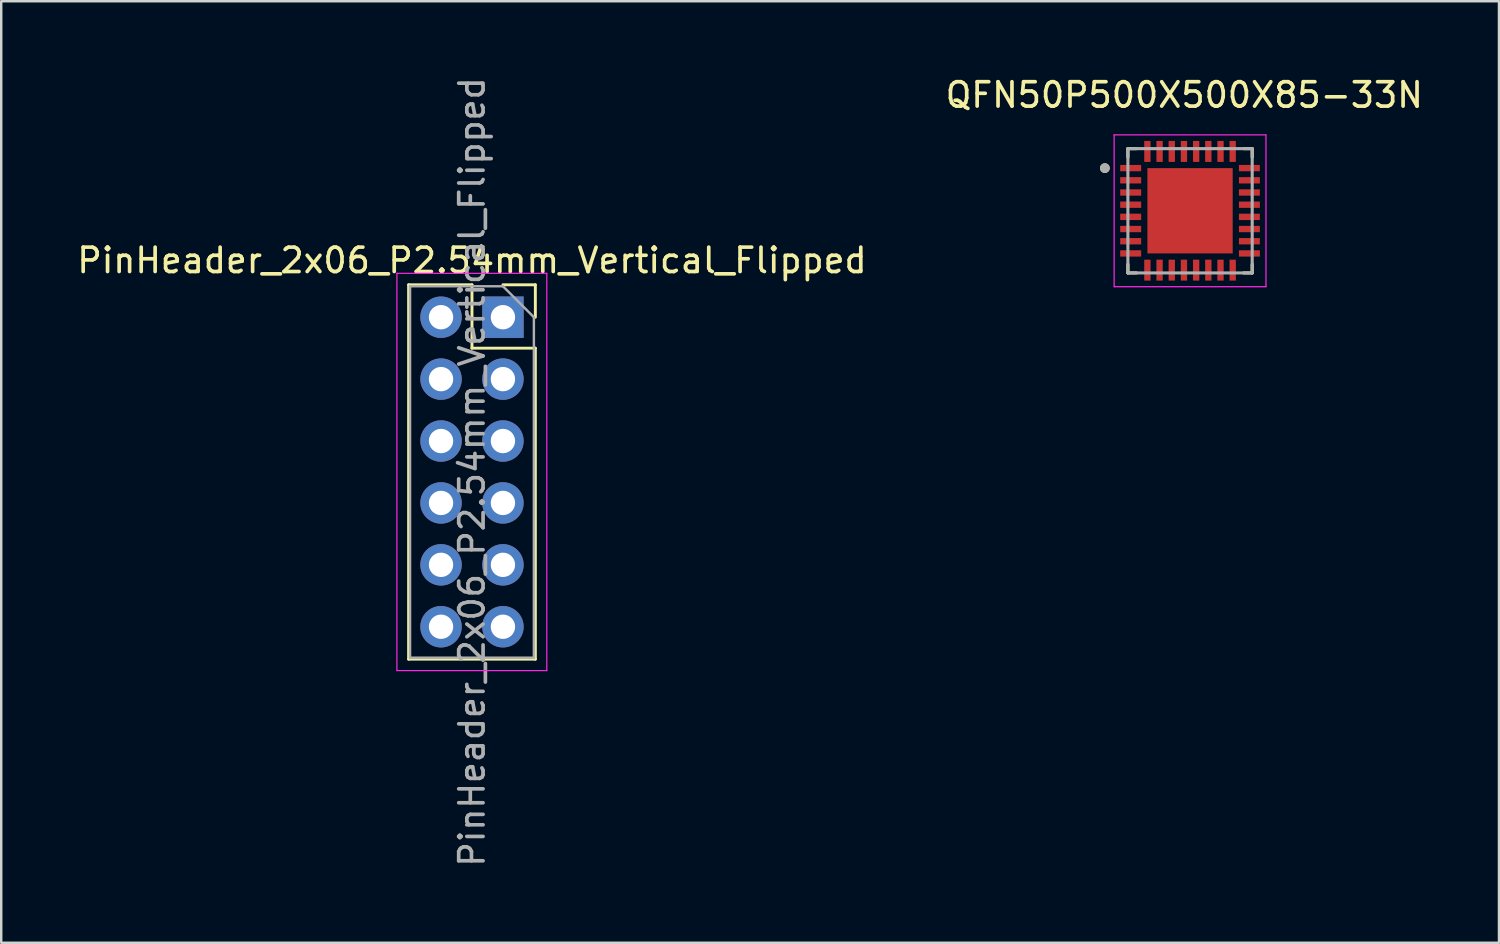
<source format=kicad_pcb>
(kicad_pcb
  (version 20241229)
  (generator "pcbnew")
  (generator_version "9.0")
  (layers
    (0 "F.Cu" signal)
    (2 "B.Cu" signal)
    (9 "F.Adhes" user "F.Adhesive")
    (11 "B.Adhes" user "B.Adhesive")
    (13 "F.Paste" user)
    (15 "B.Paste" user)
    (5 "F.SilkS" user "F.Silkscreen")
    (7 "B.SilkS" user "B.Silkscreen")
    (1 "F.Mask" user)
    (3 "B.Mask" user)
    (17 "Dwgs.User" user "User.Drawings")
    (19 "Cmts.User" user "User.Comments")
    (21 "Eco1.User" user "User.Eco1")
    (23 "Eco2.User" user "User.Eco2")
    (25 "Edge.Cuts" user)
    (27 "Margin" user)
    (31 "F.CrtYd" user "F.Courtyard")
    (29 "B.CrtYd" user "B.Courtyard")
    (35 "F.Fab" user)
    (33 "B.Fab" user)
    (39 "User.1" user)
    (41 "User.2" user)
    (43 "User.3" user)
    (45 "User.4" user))
  (footprint "QFN50P500X500X85-33N"
    (layer "F.Cu")
    (at 45.777 5.598)
    (property "Reference" "QFN50P500X500X85-33N" (at -0.235 -4.75 0) (layer "F.SilkS") (effects (font (size 1 1) (thickness 0.15))))
    (attr through_hole)
    (fp_line (start -2.55 -2.55) (end -2.55 -2.2) (stroke (width 0.127) (type solid)) (layer "F.SilkS"))
    (fp_line (start -2.55 -2.55) (end -2.2 -2.55) (stroke (width 0.127) (type solid)) (layer "F.SilkS"))
    (fp_line (start -2.55 2.55) (end -2.55 2.2) (stroke (width 0.127) (type solid)) (layer "F.SilkS"))
    (fp_line (start -2.55 2.55) (end -2.2 2.55) (stroke (width 0.127) (type solid)) (layer "F.SilkS"))
    (fp_line (start 2.55 -2.55) (end 2.2 -2.55) (stroke (width 0.127) (type solid)) (layer "F.SilkS"))
    (fp_line (start 2.55 -2.55) (end 2.55 -2.2) (stroke (width 0.127) (type solid)) (layer "F.SilkS"))
    (fp_line (start 2.55 2.55) (end 2.2 2.55) (stroke (width 0.127) (type solid)) (layer "F.SilkS"))
    (fp_line (start 2.55 2.55) (end 2.55 2.2) (stroke (width 0.127) (type solid)) (layer "F.SilkS"))
    (fp_circle (center -3.495 -1.75) (end -3.395 -1.75) (stroke (width 0.2) (type solid)) (fill no) (layer "F.SilkS"))
    (fp_poly (pts (xy -1.11 -1.11) (xy 1.11 -1.11) (xy 1.11 1.11) (xy -1.11 1.11)) (stroke (width 0.01) (type solid)) (fill yes) (layer "F.Paste"))
    (fp_line (start -3.115 -3.115) (end 3.115 -3.115) (stroke (width 0.05) (type solid)) (layer "F.CrtYd"))
    (fp_line (start -3.115 3.115) (end -3.115 -3.115) (stroke (width 0.05) (type solid)) (layer "F.CrtYd"))
    (fp_line (start -3.115 3.115) (end 3.115 3.115) (stroke (width 0.05) (type solid)) (layer "F.CrtYd"))
    (fp_line (start 3.115 3.115) (end 3.115 -3.115) (stroke (width 0.05) (type solid)) (layer "F.CrtYd"))
    (fp_line (start -2.55 2.55) (end -2.55 -2.55) (stroke (width 0.127) (type solid)) (layer "F.Fab"))
    (fp_line (start 2.55 -2.55) (end -2.55 -2.55) (stroke (width 0.127) (type solid)) (layer "F.Fab"))
    (fp_line (start 2.55 2.55) (end -2.55 2.55) (stroke (width 0.127) (type solid)) (layer "F.Fab"))
    (fp_line (start 2.55 2.55) (end 2.55 -2.55) (stroke (width 0.127) (type solid)) (layer "F.Fab"))
    (fp_circle (center -3.495 -1.75) (end -3.395 -1.75) (stroke (width 0.2) (type solid)) (fill no) (layer "F.Fab"))
    (pad "1" smd roundrect (at -2.435 -1.75) (size 0.86 0.26) (layers "F.Cu" "F.Mask" "F.Paste") (roundrect_rratio 0.03))
    (pad "2" smd roundrect (at -2.435 -1.25) (size 0.86 0.26) (layers "F.Cu" "F.Mask" "F.Paste") (roundrect_rratio 0.03))
    (pad "3" smd roundrect (at -2.435 -0.75) (size 0.86 0.26) (layers "F.Cu" "F.Mask" "F.Paste") (roundrect_rratio 0.03))
    (pad "4" smd roundrect (at -2.435 -0.25) (size 0.86 0.26) (layers "F.Cu" "F.Mask" "F.Paste") (roundrect_rratio 0.03))
    (pad "5" smd roundrect (at -2.435 0.25) (size 0.86 0.26) (layers "F.Cu" "F.Mask" "F.Paste") (roundrect_rratio 0.03))
    (pad "6" smd roundrect (at -2.435 0.75) (size 0.86 0.26) (layers "F.Cu" "F.Mask" "F.Paste") (roundrect_rratio 0.03))
    (pad "7" smd roundrect (at -2.435 1.25) (size 0.86 0.26) (layers "F.Cu" "F.Mask" "F.Paste") (roundrect_rratio 0.03))
    (pad "8" smd roundrect (at -2.435 1.75) (size 0.86 0.26) (layers "F.Cu" "F.Mask" "F.Paste") (roundrect_rratio 0.03))
    (pad "9" smd roundrect (at -1.75 2.435 90) (size 0.86 0.26) (layers "F.Cu" "F.Mask" "F.Paste") (roundrect_rratio 0.03))
    (pad "10" smd roundrect (at -1.25 2.435 90) (size 0.86 0.26) (layers "F.Cu" "F.Mask" "F.Paste") (roundrect_rratio 0.03))
    (pad "11" smd roundrect (at -0.75 2.435 90) (size 0.86 0.26) (layers "F.Cu" "F.Mask" "F.Paste") (roundrect_rratio 0.03))
    (pad "12" smd roundrect (at -0.25 2.435 90) (size 0.86 0.26) (layers "F.Cu" "F.Mask" "F.Paste") (roundrect_rratio 0.03))
    (pad "13" smd roundrect (at 0.25 2.435 90) (size 0.86 0.26) (layers "F.Cu" "F.Mask" "F.Paste") (roundrect_rratio 0.03))
    (pad "14" smd roundrect (at 0.75 2.435 90) (size 0.86 0.26) (layers "F.Cu" "F.Mask" "F.Paste") (roundrect_rratio 0.03))
    (pad "15" smd roundrect (at 1.25 2.435 90) (size 0.86 0.26) (layers "F.Cu" "F.Mask" "F.Paste") (roundrect_rratio 0.03))
    (pad "16" smd roundrect (at 1.75 2.435 90) (size 0.86 0.26) (layers "F.Cu" "F.Mask" "F.Paste") (roundrect_rratio 0.03))
    (pad "17" smd roundrect (at 2.435 1.75) (size 0.86 0.26) (layers "F.Cu" "F.Mask" "F.Paste") (roundrect_rratio 0.03))
    (pad "18" smd roundrect (at 2.435 1.25) (size 0.86 0.26) (layers "F.Cu" "F.Mask" "F.Paste") (roundrect_rratio 0.03))
    (pad "19" smd roundrect (at 2.435 0.75) (size 0.86 0.26) (layers "F.Cu" "F.Mask" "F.Paste") (roundrect_rratio 0.03))
    (pad "20" smd roundrect (at 2.435 0.25) (size 0.86 0.26) (layers "F.Cu" "F.Mask" "F.Paste") (roundrect_rratio 0.03))
    (pad "21" smd roundrect (at 2.435 -0.25) (size 0.86 0.26) (layers "F.Cu" "F.Mask" "F.Paste") (roundrect_rratio 0.03))
    (pad "22" smd roundrect (at 2.435 -0.75) (size 0.86 0.26) (layers "F.Cu" "F.Mask" "F.Paste") (roundrect_rratio 0.03))
    (pad "23" smd roundrect (at 2.435 -1.25) (size 0.86 0.26) (layers "F.Cu" "F.Mask" "F.Paste") (roundrect_rratio 0.03))
    (pad "24" smd roundrect (at 2.435 -1.75) (size 0.86 0.26) (layers "F.Cu" "F.Mask" "F.Paste") (roundrect_rratio 0.03))
    (pad "25" smd roundrect (at 1.75 -2.435 90) (size 0.86 0.26) (layers "F.Cu" "F.Mask" "F.Paste") (roundrect_rratio 0.03))
    (pad "26" smd roundrect (at 1.25 -2.435 90) (size 0.86 0.26) (layers "F.Cu" "F.Mask" "F.Paste") (roundrect_rratio 0.03))
    (pad "27" smd roundrect (at 0.75 -2.435 90) (size 0.86 0.26) (layers "F.Cu" "F.Mask" "F.Paste") (roundrect_rratio 0.03))
    (pad "28" smd roundrect (at 0.25 -2.435 90) (size 0.86 0.26) (layers "F.Cu" "F.Mask" "F.Paste") (roundrect_rratio 0.03))
    (pad "29" smd roundrect (at -0.25 -2.435 90) (size 0.86 0.26) (layers "F.Cu" "F.Mask" "F.Paste") (roundrect_rratio 0.03))
    (pad "30" smd roundrect (at -0.75 -2.435 90) (size 0.86 0.26) (layers "F.Cu" "F.Mask" "F.Paste") (roundrect_rratio 0.03))
    (pad "31" smd roundrect (at -1.25 -2.435 90) (size 0.86 0.26) (layers "F.Cu" "F.Mask" "F.Paste") (roundrect_rratio 0.03))
    (pad "32" smd roundrect (at -1.75 -2.435 90) (size 0.86 0.26) (layers "F.Cu" "F.Mask" "F.Paste") (roundrect_rratio 0.03))
    (pad "33" smd rect (at 0 0) (size 3.5 3.5) (layers "F.Cu" "F.Mask")))
  (footprint "PinHeader_2x06_P2.54mm_Vertical_Flipped"
    (layer "F.Cu")
    (at 14.985 9.965)
    (property "Reference" "PinHeader_2x06_P2.54mm_Vertical_Flipped" (at 1.33 -2.33 0) (layer "F.SilkS") (effects (font (size 1 1) (thickness 0.15))))
    (attr through_hole)
    (fp_line (start -1.27 -1.33) (end -1.27 14.03) (stroke (width 0.12) (type solid)) (layer "F.SilkS"))
    (fp_line (start 1.33 -1.33) (end -1.27 -1.33) (stroke (width 0.12) (type solid)) (layer "F.SilkS"))
    (fp_line (start 1.33 1.27) (end 1.33 -1.33) (stroke (width 0.12) (type solid)) (layer "F.SilkS"))
    (fp_line (start 3.93 -1.33) (end 2.6 -1.33) (stroke (width 0.12) (type solid)) (layer "F.SilkS"))
    (fp_line (start 3.93 0) (end 3.93 -1.33) (stroke (width 0.12) (type solid)) (layer "F.SilkS"))
    (fp_line (start 3.93 1.27) (end 1.33 1.27) (stroke (width 0.12) (type solid)) (layer "F.SilkS"))
    (fp_line (start 3.93 1.27) (end 3.93 14.03) (stroke (width 0.12) (type solid)) (layer "F.SilkS"))
    (fp_line (start 3.93 14.03) (end -1.27 14.03) (stroke (width 0.12) (type solid)) (layer "F.SilkS"))
    (fp_line (start -1.75 -1.8) (end 4.4 -1.8) (stroke (width 0.05) (type solid)) (layer "F.CrtYd"))
    (fp_line (start -1.75 14.5) (end -1.75 -1.8) (stroke (width 0.05) (type solid)) (layer "F.CrtYd"))
    (fp_line (start 4.4 -1.8) (end 4.4 14.5) (stroke (width 0.05) (type solid)) (layer "F.CrtYd"))
    (fp_line (start 4.4 14.5) (end -1.75 14.5) (stroke (width 0.05) (type solid)) (layer "F.CrtYd"))
    (fp_line (start -1.21 -1.27) (end -1.21 13.97) (stroke (width 0.1) (type solid)) (layer "F.Fab"))
    (fp_line (start -1.21 13.97) (end 3.87 13.97) (stroke (width 0.1) (type solid)) (layer "F.Fab"))
    (fp_line (start 2.6 -1.27) (end -1.21 -1.27) (stroke (width 0.1) (type solid)) (layer "F.Fab"))
    (fp_line (start 3.87 0) (end 2.6 -1.27) (stroke (width 0.1) (type solid)) (layer "F.Fab"))
    (fp_line (start 3.87 13.97) (end 3.87 0) (stroke (width 0.1) (type solid)) (layer "F.Fab"))
    (fp_text user "${REFERENCE}" (at 1.33 6.35 90) (layer "F.Fab") (effects (font (size 1 1) (thickness 0.15))))
    (pad "1" thru_hole rect (at 2.6 0) (size 1.7 1.7) (drill 1) (layers "*.Cu" "*.Mask"))
    (pad "2" thru_hole oval (at 0.06 0) (size 1.7 1.7) (drill 1) (layers "*.Cu" "*.Mask"))
    (pad "3" thru_hole oval (at 2.6 2.54) (size 1.7 1.7) (drill 1) (layers "*.Cu" "*.Mask"))
    (pad "4" thru_hole oval (at 0.06 2.54) (size 1.7 1.7) (drill 1) (layers "*.Cu" "*.Mask"))
    (pad "5" thru_hole oval (at 2.6 5.08) (size 1.7 1.7) (drill 1) (layers "*.Cu" "*.Mask"))
    (pad "6" thru_hole oval (at 0.06 5.08) (size 1.7 1.7) (drill 1) (layers "*.Cu" "*.Mask"))
    (pad "7" thru_hole oval (at 2.6 7.62) (size 1.7 1.7) (drill 1) (layers "*.Cu" "*.Mask"))
    (pad "8" thru_hole oval (at 0.06 7.62) (size 1.7 1.7) (drill 1) (layers "*.Cu" "*.Mask"))
    (pad "9" thru_hole oval (at 2.6 10.16) (size 1.7 1.7) (drill 1) (layers "*.Cu" "*.Mask"))
    (pad "10" thru_hole oval (at 0.06 10.16) (size 1.7 1.7) (drill 1) (layers "*.Cu" "*.Mask"))
    (pad "11" thru_hole oval (at 2.6 12.7) (size 1.7 1.7) (drill 1) (layers "*.Cu" "*.Mask"))
    (pad "12" thru_hole oval (at 0.06 12.7) (size 1.7 1.7) (drill 1) (layers "*.Cu" "*.Mask")))
  (gr_rect
    (start -3 -3)
    (end 58.452 35.631)
    (stroke (width 0.1) (type default))
    (fill no)
    (layer "Edge.Cuts")))
</source>
